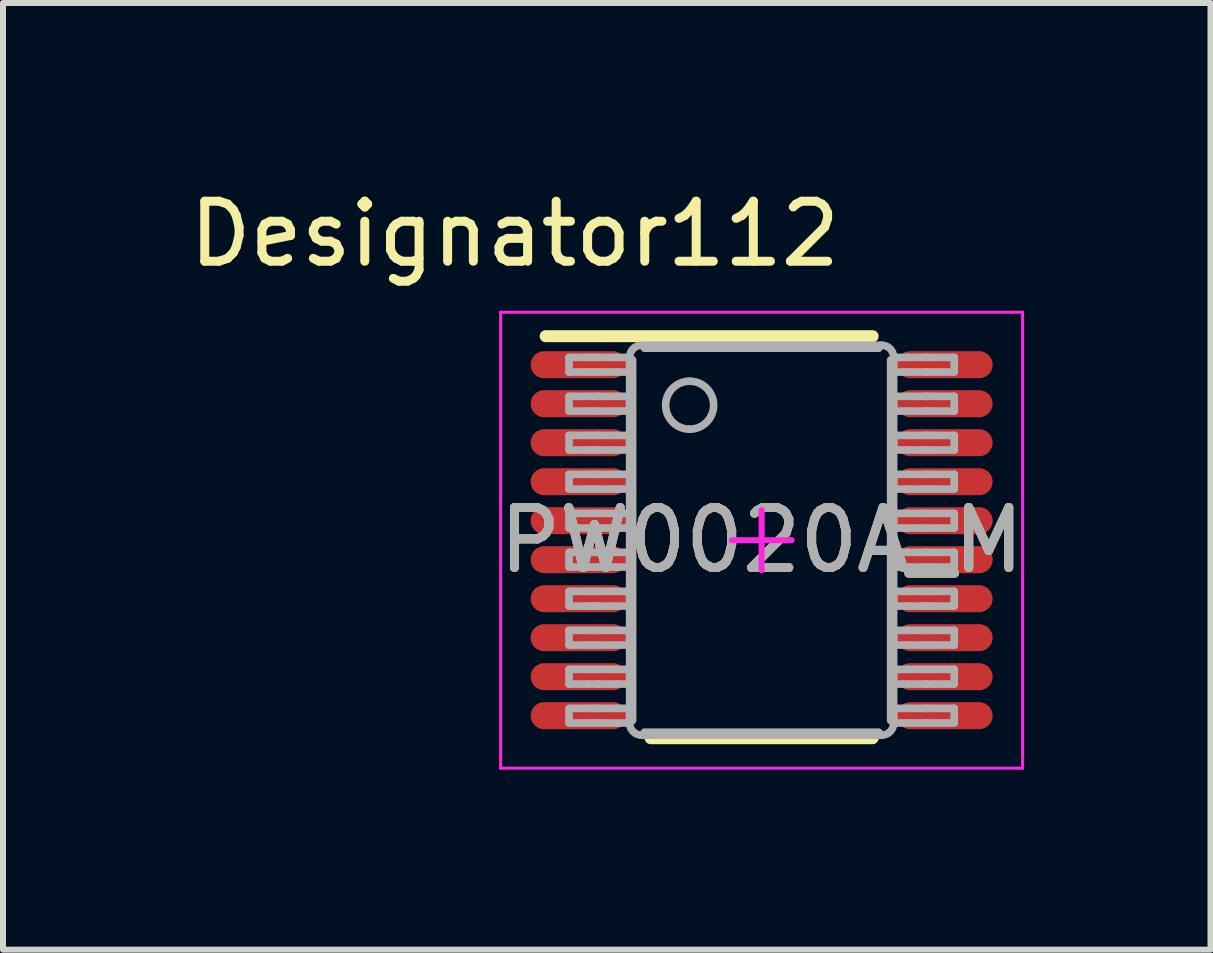
<source format=kicad_pcb>
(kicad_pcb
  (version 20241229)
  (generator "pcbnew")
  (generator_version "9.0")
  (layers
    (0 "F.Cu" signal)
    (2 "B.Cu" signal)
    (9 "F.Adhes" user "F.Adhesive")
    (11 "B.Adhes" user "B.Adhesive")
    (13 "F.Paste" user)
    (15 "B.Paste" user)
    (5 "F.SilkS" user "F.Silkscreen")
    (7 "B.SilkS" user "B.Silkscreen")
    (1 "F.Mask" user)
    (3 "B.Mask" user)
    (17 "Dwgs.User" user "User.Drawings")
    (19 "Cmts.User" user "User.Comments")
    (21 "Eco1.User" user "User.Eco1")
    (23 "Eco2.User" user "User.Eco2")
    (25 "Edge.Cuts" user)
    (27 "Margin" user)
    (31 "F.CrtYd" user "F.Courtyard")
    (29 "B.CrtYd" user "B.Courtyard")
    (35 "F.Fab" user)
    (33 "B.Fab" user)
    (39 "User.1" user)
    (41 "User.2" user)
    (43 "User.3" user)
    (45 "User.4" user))
  (footprint "PW0020A_M"
    (layer "F.Cu")
    (at 9.645 5.954)
    (property "Reference" "PW0020A_M" (at 0 0 0) (unlocked yes) (layer "F.SilkS") (effects (font (size 1 1) (thickness 0.15))))
    (attr smd)
    (fp_line (start -3.6 -3.4) (end 1.85 -3.4) (stroke (width 0.2) (type solid)) (layer "F.SilkS"))
    (fp_line (start -1.85 3.3) (end 1.85 3.3) (stroke (width 0.2) (type solid)) (layer "F.SilkS"))
    (fp_line (start -4.35 -3.8) (end 4.35 -3.8) (stroke (width 0.05) (type solid)) (layer "F.CrtYd"))
    (fp_line (start -4.35 3.8) (end -4.35 -3.8) (stroke (width 0.05) (type solid)) (layer "F.CrtYd"))
    (fp_line (start -4.35 3.8) (end 4.35 3.8) (stroke (width 0.05) (type solid)) (layer "F.CrtYd"))
    (fp_line (start -0.5 0) (end 0.5 0) (stroke (width 0.1) (type solid)) (layer "F.CrtYd"))
    (fp_line (start 0 0.5) (end 0 -0.5) (stroke (width 0.1) (type solid)) (layer "F.CrtYd"))
    (fp_line (start 4.35 3.8) (end 4.35 -3.8) (stroke (width 0.05) (type solid)) (layer "F.CrtYd"))
    (fp_line (start -3.21 -3.047) (end -2.887 -3.047) (stroke (width 0.127) (type solid)) (layer "F.Fab"))
    (fp_line (start -3.21 -2.803) (end -3.21 -3.047) (stroke (width 0.127) (type solid)) (layer "F.Fab"))
    (fp_line (start -3.21 -2.803) (end -2.887 -2.803) (stroke (width 0.127) (type solid)) (layer "F.Fab"))
    (fp_line (start -3.21 -2.398) (end -2.887 -2.398) (stroke (width 0.127) (type solid)) (layer "F.Fab"))
    (fp_line (start -3.21 -2.152) (end -3.21 -2.398) (stroke (width 0.127) (type solid)) (layer "F.Fab"))
    (fp_line (start -3.21 -2.152) (end -2.887 -2.152) (stroke (width 0.127) (type solid)) (layer "F.Fab"))
    (fp_line (start -3.21 -1.747) (end -2.887 -1.747) (stroke (width 0.127) (type solid)) (layer "F.Fab"))
    (fp_line (start -3.21 -1.503) (end -3.21 -1.747) (stroke (width 0.127) (type solid)) (layer "F.Fab"))
    (fp_line (start -3.21 -1.503) (end -2.887 -1.503) (stroke (width 0.127) (type solid)) (layer "F.Fab"))
    (fp_line (start -3.21 -1.098) (end -2.887 -1.098) (stroke (width 0.127) (type solid)) (layer "F.Fab"))
    (fp_line (start -3.21 -0.852) (end -3.21 -1.098) (stroke (width 0.127) (type solid)) (layer "F.Fab"))
    (fp_line (start -3.21 -0.852) (end -2.887 -0.852) (stroke (width 0.127) (type solid)) (layer "F.Fab"))
    (fp_line (start -3.21 -0.447) (end -2.887 -0.447) (stroke (width 0.127) (type solid)) (layer "F.Fab"))
    (fp_line (start -3.21 -0.202) (end -3.21 -0.447) (stroke (width 0.127) (type solid)) (layer "F.Fab"))
    (fp_line (start -3.21 -0.202) (end -2.887 -0.202) (stroke (width 0.127) (type solid)) (layer "F.Fab"))
    (fp_line (start -3.21 0.202) (end -2.887 0.202) (stroke (width 0.127) (type solid)) (layer "F.Fab"))
    (fp_line (start -3.21 0.448) (end -3.21 0.202) (stroke (width 0.127) (type solid)) (layer "F.Fab"))
    (fp_line (start -3.21 0.448) (end -2.887 0.448) (stroke (width 0.127) (type solid)) (layer "F.Fab"))
    (fp_line (start -3.21 0.853) (end -2.887 0.853) (stroke (width 0.127) (type solid)) (layer "F.Fab"))
    (fp_line (start -3.21 1.098) (end -3.21 0.853) (stroke (width 0.127) (type solid)) (layer "F.Fab"))
    (fp_line (start -3.21 1.098) (end -2.887 1.098) (stroke (width 0.127) (type solid)) (layer "F.Fab"))
    (fp_line (start -3.21 1.503) (end -2.887 1.503) (stroke (width 0.127) (type solid)) (layer "F.Fab"))
    (fp_line (start -3.21 1.748) (end -3.21 1.503) (stroke (width 0.127) (type solid)) (layer "F.Fab"))
    (fp_line (start -3.21 1.748) (end -2.887 1.748) (stroke (width 0.127) (type solid)) (layer "F.Fab"))
    (fp_line (start -3.21 2.153) (end -2.887 2.153) (stroke (width 0.127) (type solid)) (layer "F.Fab"))
    (fp_line (start -3.21 2.398) (end -3.21 2.153) (stroke (width 0.127) (type solid)) (layer "F.Fab"))
    (fp_line (start -3.21 2.398) (end -2.887 2.398) (stroke (width 0.127) (type solid)) (layer "F.Fab"))
    (fp_line (start -3.21 2.803) (end -2.887 2.803) (stroke (width 0.127) (type solid)) (layer "F.Fab"))
    (fp_line (start -3.21 3.047) (end -3.21 2.803) (stroke (width 0.127) (type solid)) (layer "F.Fab"))
    (fp_line (start -3.21 3.047) (end -2.887 3.047) (stroke (width 0.127) (type solid)) (layer "F.Fab"))
    (fp_line (start -2.887 -3.047) (end -2.739 -3.047) (stroke (width 0.127) (type solid)) (layer "F.Fab"))
    (fp_line (start -2.887 -2.803) (end -2.739 -2.803) (stroke (width 0.127) (type solid)) (layer "F.Fab"))
    (fp_line (start -2.887 -2.398) (end -2.739 -2.398) (stroke (width 0.127) (type solid)) (layer "F.Fab"))
    (fp_line (start -2.887 -2.152) (end -2.739 -2.152) (stroke (width 0.127) (type solid)) (layer "F.Fab"))
    (fp_line (start -2.887 -1.747) (end -2.739 -1.747) (stroke (width 0.127) (type solid)) (layer "F.Fab"))
    (fp_line (start -2.887 -1.503) (end -2.739 -1.503) (stroke (width 0.127) (type solid)) (layer "F.Fab"))
    (fp_line (start -2.887 -1.098) (end -2.739 -1.098) (stroke (width 0.127) (type solid)) (layer "F.Fab"))
    (fp_line (start -2.887 -0.852) (end -2.739 -0.852) (stroke (width 0.127) (type solid)) (layer "F.Fab"))
    (fp_line (start -2.887 -0.447) (end -2.739 -0.447) (stroke (width 0.127) (type solid)) (layer "F.Fab"))
    (fp_line (start -2.887 -0.202) (end -2.739 -0.202) (stroke (width 0.127) (type solid)) (layer "F.Fab"))
    (fp_line (start -2.887 0.202) (end -2.739 0.202) (stroke (width 0.127) (type solid)) (layer "F.Fab"))
    (fp_line (start -2.887 0.448) (end -2.739 0.448) (stroke (width 0.127) (type solid)) (layer "F.Fab"))
    (fp_line (start -2.887 0.853) (end -2.739 0.853) (stroke (width 0.127) (type solid)) (layer "F.Fab"))
    (fp_line (start -2.887 1.098) (end -2.739 1.098) (stroke (width 0.127) (type solid)) (layer "F.Fab"))
    (fp_line (start -2.887 1.503) (end -2.739 1.503) (stroke (width 0.127) (type solid)) (layer "F.Fab"))
    (fp_line (start -2.887 1.748) (end -2.739 1.748) (stroke (width 0.127) (type solid)) (layer "F.Fab"))
    (fp_line (start -2.887 2.153) (end -2.739 2.153) (stroke (width 0.127) (type solid)) (layer "F.Fab"))
    (fp_line (start -2.887 2.398) (end -2.739 2.398) (stroke (width 0.127) (type solid)) (layer "F.Fab"))
    (fp_line (start -2.887 2.803) (end -2.739 2.803) (stroke (width 0.127) (type solid)) (layer "F.Fab"))
    (fp_line (start -2.887 3.047) (end -2.739 3.047) (stroke (width 0.127) (type solid)) (layer "F.Fab"))
    (fp_line (start -2.739 -3.047) (end -2.733 -3.047) (stroke (width 0.127) (type solid)) (layer "F.Fab"))
    (fp_line (start -2.739 -2.803) (end -2.733 -2.803) (stroke (width 0.127) (type solid)) (layer "F.Fab"))
    (fp_line (start -2.739 -2.398) (end -2.733 -2.398) (stroke (width 0.127) (type solid)) (layer "F.Fab"))
    (fp_line (start -2.739 -2.152) (end -2.733 -2.152) (stroke (width 0.127) (type solid)) (layer "F.Fab"))
    (fp_line (start -2.739 -1.747) (end -2.733 -1.747) (stroke (width 0.127) (type solid)) (layer "F.Fab"))
    (fp_line (start -2.739 -1.503) (end -2.733 -1.503) (stroke (width 0.127) (type solid)) (layer "F.Fab"))
    (fp_line (start -2.739 -1.098) (end -2.733 -1.098) (stroke (width 0.127) (type solid)) (layer "F.Fab"))
    (fp_line (start -2.739 -0.852) (end -2.733 -0.852) (stroke (width 0.127) (type solid)) (layer "F.Fab"))
    (fp_line (start -2.739 -0.447) (end -2.733 -0.447) (stroke (width 0.127) (type solid)) (layer "F.Fab"))
    (fp_line (start -2.739 -0.202) (end -2.733 -0.202) (stroke (width 0.127) (type solid)) (layer "F.Fab"))
    (fp_line (start -2.739 0.202) (end -2.733 0.202) (stroke (width 0.127) (type solid)) (layer "F.Fab"))
    (fp_line (start -2.739 0.448) (end -2.733 0.448) (stroke (width 0.127) (type solid)) (layer "F.Fab"))
    (fp_line (start -2.739 0.853) (end -2.733 0.853) (stroke (width 0.127) (type solid)) (layer "F.Fab"))
    (fp_line (start -2.739 1.098) (end -2.733 1.098) (stroke (width 0.127) (type solid)) (layer "F.Fab"))
    (fp_line (start -2.739 1.503) (end -2.733 1.503) (stroke (width 0.127) (type solid)) (layer "F.Fab"))
    (fp_line (start -2.739 1.748) (end -2.733 1.748) (stroke (width 0.127) (type solid)) (layer "F.Fab"))
    (fp_line (start -2.739 2.153) (end -2.733 2.153) (stroke (width 0.127) (type solid)) (layer "F.Fab"))
    (fp_line (start -2.739 2.398) (end -2.733 2.398) (stroke (width 0.127) (type solid)) (layer "F.Fab"))
    (fp_line (start -2.739 2.803) (end -2.733 2.803) (stroke (width 0.127) (type solid)) (layer "F.Fab"))
    (fp_line (start -2.739 3.047) (end -2.733 3.047) (stroke (width 0.127) (type solid)) (layer "F.Fab"))
    (fp_line (start -2.733 -3.047) (end -2.431 -3.047) (stroke (width 0.127) (type solid)) (layer "F.Fab"))
    (fp_line (start -2.733 -2.803) (end -2.431 -2.803) (stroke (width 0.127) (type solid)) (layer "F.Fab"))
    (fp_line (start -2.733 -2.398) (end -2.431 -2.398) (stroke (width 0.127) (type solid)) (layer "F.Fab"))
    (fp_line (start -2.733 -2.152) (end -2.431 -2.152) (stroke (width 0.127) (type solid)) (layer "F.Fab"))
    (fp_line (start -2.733 -1.747) (end -2.431 -1.747) (stroke (width 0.127) (type solid)) (layer "F.Fab"))
    (fp_line (start -2.733 -1.503) (end -2.431 -1.503) (stroke (width 0.127) (type solid)) (layer "F.Fab"))
    (fp_line (start -2.733 -1.098) (end -2.431 -1.098) (stroke (width 0.127) (type solid)) (layer "F.Fab"))
    (fp_line (start -2.733 -0.852) (end -2.431 -0.852) (stroke (width 0.127) (type solid)) (layer "F.Fab"))
    (fp_line (start -2.733 -0.447) (end -2.431 -0.447) (stroke (width 0.127) (type solid)) (layer "F.Fab"))
    (fp_line (start -2.733 -0.202) (end -2.431 -0.202) (stroke (width 0.127) (type solid)) (layer "F.Fab"))
    (fp_line (start -2.733 0.202) (end -2.431 0.202) (stroke (width 0.127) (type solid)) (layer "F.Fab"))
    (fp_line (start -2.733 0.448) (end -2.431 0.448) (stroke (width 0.127) (type solid)) (layer "F.Fab"))
    (fp_line (start -2.733 0.853) (end -2.431 0.853) (stroke (width 0.127) (type solid)) (layer "F.Fab"))
    (fp_line (start -2.733 1.098) (end -2.431 1.098) (stroke (width 0.127) (type solid)) (layer "F.Fab"))
    (fp_line (start -2.733 1.503) (end -2.431 1.503) (stroke (width 0.127) (type solid)) (layer "F.Fab"))
    (fp_line (start -2.733 1.748) (end -2.431 1.748) (stroke (width 0.127) (type solid)) (layer "F.Fab"))
    (fp_line (start -2.733 2.153) (end -2.431 2.153) (stroke (width 0.127) (type solid)) (layer "F.Fab"))
    (fp_line (start -2.733 2.398) (end -2.431 2.398) (stroke (width 0.127) (type solid)) (layer "F.Fab"))
    (fp_line (start -2.733 2.803) (end -2.431 2.803) (stroke (width 0.127) (type solid)) (layer "F.Fab"))
    (fp_line (start -2.733 3.047) (end -2.431 3.047) (stroke (width 0.127) (type solid)) (layer "F.Fab"))
    (fp_line (start -2.431 -3.047) (end -2.2 -3.047) (stroke (width 0.127) (type solid)) (layer "F.Fab"))
    (fp_line (start -2.431 -2.803) (end -2.2 -2.803) (stroke (width 0.127) (type solid)) (layer "F.Fab"))
    (fp_line (start -2.431 -2.398) (end -2.2 -2.398) (stroke (width 0.127) (type solid)) (layer "F.Fab"))
    (fp_line (start -2.431 -2.152) (end -2.2 -2.152) (stroke (width 0.127) (type solid)) (layer "F.Fab"))
    (fp_line (start -2.431 -1.747) (end -2.2 -1.747) (stroke (width 0.127) (type solid)) (layer "F.Fab"))
    (fp_line (start -2.431 -1.503) (end -2.2 -1.503) (stroke (width 0.127) (type solid)) (layer "F.Fab"))
    (fp_line (start -2.431 -1.098) (end -2.2 -1.098) (stroke (width 0.127) (type solid)) (layer "F.Fab"))
    (fp_line (start -2.431 -0.852) (end -2.2 -0.852) (stroke (width 0.127) (type solid)) (layer "F.Fab"))
    (fp_line (start -2.431 -0.447) (end -2.2 -0.447) (stroke (width 0.127) (type solid)) (layer "F.Fab"))
    (fp_line (start -2.431 -0.202) (end -2.2 -0.202) (stroke (width 0.127) (type solid)) (layer "F.Fab"))
    (fp_line (start -2.431 0.202) (end -2.2 0.202) (stroke (width 0.127) (type solid)) (layer "F.Fab"))
    (fp_line (start -2.431 0.448) (end -2.2 0.448) (stroke (width 0.127) (type solid)) (layer "F.Fab"))
    (fp_line (start -2.431 0.853) (end -2.2 0.853) (stroke (width 0.127) (type solid)) (layer "F.Fab"))
    (fp_line (start -2.431 1.098) (end -2.2 1.098) (stroke (width 0.127) (type solid)) (layer "F.Fab"))
    (fp_line (start -2.431 1.503) (end -2.2 1.503) (stroke (width 0.127) (type solid)) (layer "F.Fab"))
    (fp_line (start -2.431 1.748) (end -2.2 1.748) (stroke (width 0.127) (type solid)) (layer "F.Fab"))
    (fp_line (start -2.431 2.153) (end -2.2 2.153) (stroke (width 0.127) (type solid)) (layer "F.Fab"))
    (fp_line (start -2.431 2.398) (end -2.2 2.398) (stroke (width 0.127) (type solid)) (layer "F.Fab"))
    (fp_line (start -2.431 2.803) (end -2.2 2.803) (stroke (width 0.127) (type solid)) (layer "F.Fab"))
    (fp_line (start -2.431 3.047) (end -2.2 3.047) (stroke (width 0.127) (type solid)) (layer "F.Fab"))
    (fp_line (start -2.2 -2.803) (end -2.2 -3.047) (stroke (width 0.127) (type solid)) (layer "F.Fab"))
    (fp_line (start -2.2 -2.152) (end -2.2 -2.398) (stroke (width 0.127) (type solid)) (layer "F.Fab"))
    (fp_line (start -2.2 -1.503) (end -2.2 -1.747) (stroke (width 0.127) (type solid)) (layer "F.Fab"))
    (fp_line (start -2.2 -0.852) (end -2.2 -1.098) (stroke (width 0.127) (type solid)) (layer "F.Fab"))
    (fp_line (start -2.2 -0.202) (end -2.2 -0.447) (stroke (width 0.127) (type solid)) (layer "F.Fab"))
    (fp_line (start -2.2 0.448) (end -2.2 0.202) (stroke (width 0.127) (type solid)) (layer "F.Fab"))
    (fp_line (start -2.2 1.098) (end -2.2 0.853) (stroke (width 0.127) (type solid)) (layer "F.Fab"))
    (fp_line (start -2.2 1.748) (end -2.2 1.503) (stroke (width 0.127) (type solid)) (layer "F.Fab"))
    (fp_line (start -2.2 2.398) (end -2.2 2.153) (stroke (width 0.127) (type solid)) (layer "F.Fab"))
    (fp_line (start -2.2 3.047) (end -2.2 2.803) (stroke (width 0.127) (type solid)) (layer "F.Fab"))
    (fp_line (start -2.2 3.05) (end -2.2 -3.05) (stroke (width 0.127) (type solid)) (layer "F.Fab"))
    (fp_line (start -2.15 3.004) (end -2.15 -3.004) (stroke (width 0.127) (type solid)) (layer "F.Fab"))
    (fp_line (start -2 -3.25) (end 2 -3.25) (stroke (width 0.127) (type solid)) (layer "F.Fab"))
    (fp_line (start -2 3.25) (end 2 3.25) (stroke (width 0.127) (type solid)) (layer "F.Fab"))
    (fp_line (start -1.954 -3.2) (end 1.954 -3.2) (stroke (width 0.127) (type solid)) (layer "F.Fab"))
    (fp_line (start -1.954 3.2) (end 1.954 3.2) (stroke (width 0.127) (type solid)) (layer "F.Fab"))
    (fp_line (start 2.15 3.004) (end 2.15 -3.004) (stroke (width 0.127) (type solid)) (layer "F.Fab"))
    (fp_line (start 2.2 -3.047) (end 2.43 -3.047) (stroke (width 0.127) (type solid)) (layer "F.Fab"))
    (fp_line (start 2.2 -2.803) (end 2.2 -3.047) (stroke (width 0.127) (type solid)) (layer "F.Fab"))
    (fp_line (start 2.2 -2.803) (end 2.43 -2.803) (stroke (width 0.127) (type solid)) (layer "F.Fab"))
    (fp_line (start 2.2 -2.398) (end 2.43 -2.398) (stroke (width 0.127) (type solid)) (layer "F.Fab"))
    (fp_line (start 2.2 -2.152) (end 2.2 -2.398) (stroke (width 0.127) (type solid)) (layer "F.Fab"))
    (fp_line (start 2.2 -2.152) (end 2.43 -2.152) (stroke (width 0.127) (type solid)) (layer "F.Fab"))
    (fp_line (start 2.2 -1.747) (end 2.43 -1.747) (stroke (width 0.127) (type solid)) (layer "F.Fab"))
    (fp_line (start 2.2 -1.503) (end 2.2 -1.747) (stroke (width 0.127) (type solid)) (layer "F.Fab"))
    (fp_line (start 2.2 -1.503) (end 2.43 -1.503) (stroke (width 0.127) (type solid)) (layer "F.Fab"))
    (fp_line (start 2.2 -1.098) (end 2.43 -1.098) (stroke (width 0.127) (type solid)) (layer "F.Fab"))
    (fp_line (start 2.2 -0.852) (end 2.2 -1.098) (stroke (width 0.127) (type solid)) (layer "F.Fab"))
    (fp_line (start 2.2 -0.852) (end 2.43 -0.852) (stroke (width 0.127) (type solid)) (layer "F.Fab"))
    (fp_line (start 2.2 -0.447) (end 2.43 -0.447) (stroke (width 0.127) (type solid)) (layer "F.Fab"))
    (fp_line (start 2.2 -0.202) (end 2.2 -0.447) (stroke (width 0.127) (type solid)) (layer "F.Fab"))
    (fp_line (start 2.2 -0.202) (end 2.43 -0.202) (stroke (width 0.127) (type solid)) (layer "F.Fab"))
    (fp_line (start 2.2 0.202) (end 2.43 0.202) (stroke (width 0.127) (type solid)) (layer "F.Fab"))
    (fp_line (start 2.2 0.448) (end 2.2 0.202) (stroke (width 0.127) (type solid)) (layer "F.Fab"))
    (fp_line (start 2.2 0.448) (end 2.43 0.448) (stroke (width 0.127) (type solid)) (layer "F.Fab"))
    (fp_line (start 2.2 0.853) (end 2.43 0.853) (stroke (width 0.127) (type solid)) (layer "F.Fab"))
    (fp_line (start 2.2 1.098) (end 2.2 0.853) (stroke (width 0.127) (type solid)) (layer "F.Fab"))
    (fp_line (start 2.2 1.098) (end 2.43 1.098) (stroke (width 0.127) (type solid)) (layer "F.Fab"))
    (fp_line (start 2.2 1.503) (end 2.43 1.503) (stroke (width 0.127) (type solid)) (layer "F.Fab"))
    (fp_line (start 2.2 1.748) (end 2.2 1.503) (stroke (width 0.127) (type solid)) (layer "F.Fab"))
    (fp_line (start 2.2 1.748) (end 2.43 1.748) (stroke (width 0.127) (type solid)) (layer "F.Fab"))
    (fp_line (start 2.2 2.153) (end 2.43 2.153) (stroke (width 0.127) (type solid)) (layer "F.Fab"))
    (fp_line (start 2.2 2.398) (end 2.2 2.153) (stroke (width 0.127) (type solid)) (layer "F.Fab"))
    (fp_line (start 2.2 2.398) (end 2.43 2.398) (stroke (width 0.127) (type solid)) (layer "F.Fab"))
    (fp_line (start 2.2 2.803) (end 2.43 2.803) (stroke (width 0.127) (type solid)) (layer "F.Fab"))
    (fp_line (start 2.2 3.047) (end 2.2 2.803) (stroke (width 0.127) (type solid)) (layer "F.Fab"))
    (fp_line (start 2.2 3.047) (end 2.43 3.047) (stroke (width 0.127) (type solid)) (layer "F.Fab"))
    (fp_line (start 2.2 3.05) (end 2.2 -3.05) (stroke (width 0.127) (type solid)) (layer "F.Fab"))
    (fp_line (start 2.43 -3.047) (end 2.733 -3.047) (stroke (width 0.127) (type solid)) (layer "F.Fab"))
    (fp_line (start 2.43 -2.803) (end 2.733 -2.803) (stroke (width 0.127) (type solid)) (layer "F.Fab"))
    (fp_line (start 2.43 -2.398) (end 2.733 -2.398) (stroke (width 0.127) (type solid)) (layer "F.Fab"))
    (fp_line (start 2.43 -2.152) (end 2.733 -2.152) (stroke (width 0.127) (type solid)) (layer "F.Fab"))
    (fp_line (start 2.43 -1.747) (end 2.733 -1.747) (stroke (width 0.127) (type solid)) (layer "F.Fab"))
    (fp_line (start 2.43 -1.503) (end 2.733 -1.503) (stroke (width 0.127) (type solid)) (layer "F.Fab"))
    (fp_line (start 2.43 -1.098) (end 2.733 -1.098) (stroke (width 0.127) (type solid)) (layer "F.Fab"))
    (fp_line (start 2.43 -0.852) (end 2.733 -0.852) (stroke (width 0.127) (type solid)) (layer "F.Fab"))
    (fp_line (start 2.43 -0.447) (end 2.733 -0.447) (stroke (width 0.127) (type solid)) (layer "F.Fab"))
    (fp_line (start 2.43 -0.202) (end 2.733 -0.202) (stroke (width 0.127) (type solid)) (layer "F.Fab"))
    (fp_line (start 2.43 0.202) (end 2.733 0.202) (stroke (width 0.127) (type solid)) (layer "F.Fab"))
    (fp_line (start 2.43 0.448) (end 2.733 0.448) (stroke (width 0.127) (type solid)) (layer "F.Fab"))
    (fp_line (start 2.43 0.853) (end 2.733 0.853) (stroke (width 0.127) (type solid)) (layer "F.Fab"))
    (fp_line (start 2.43 1.098) (end 2.733 1.098) (stroke (width 0.127) (type solid)) (layer "F.Fab"))
    (fp_line (start 2.43 1.503) (end 2.733 1.503) (stroke (width 0.127) (type solid)) (layer "F.Fab"))
    (fp_line (start 2.43 1.748) (end 2.733 1.748) (stroke (width 0.127) (type solid)) (layer "F.Fab"))
    (fp_line (start 2.43 2.153) (end 2.733 2.153) (stroke (width 0.127) (type solid)) (layer "F.Fab"))
    (fp_line (start 2.43 2.398) (end 2.733 2.398) (stroke (width 0.127) (type solid)) (layer "F.Fab"))
    (fp_line (start 2.43 2.803) (end 2.733 2.803) (stroke (width 0.127) (type solid)) (layer "F.Fab"))
    (fp_line (start 2.43 3.047) (end 2.733 3.047) (stroke (width 0.127) (type solid)) (layer "F.Fab"))
    (fp_line (start 2.733 -3.047) (end 2.739 -3.047) (stroke (width 0.127) (type solid)) (layer "F.Fab"))
    (fp_line (start 2.733 -2.803) (end 2.739 -2.803) (stroke (width 0.127) (type solid)) (layer "F.Fab"))
    (fp_line (start 2.733 -2.398) (end 2.739 -2.398) (stroke (width 0.127) (type solid)) (layer "F.Fab"))
    (fp_line (start 2.733 -2.152) (end 2.739 -2.152) (stroke (width 0.127) (type solid)) (layer "F.Fab"))
    (fp_line (start 2.733 -1.747) (end 2.739 -1.747) (stroke (width 0.127) (type solid)) (layer "F.Fab"))
    (fp_line (start 2.733 -1.503) (end 2.739 -1.503) (stroke (width 0.127) (type solid)) (layer "F.Fab"))
    (fp_line (start 2.733 -1.098) (end 2.739 -1.098) (stroke (width 0.127) (type solid)) (layer "F.Fab"))
    (fp_line (start 2.733 -0.852) (end 2.739 -0.852) (stroke (width 0.127) (type solid)) (layer "F.Fab"))
    (fp_line (start 2.733 -0.447) (end 2.739 -0.447) (stroke (width 0.127) (type solid)) (layer "F.Fab"))
    (fp_line (start 2.733 -0.202) (end 2.739 -0.202) (stroke (width 0.127) (type solid)) (layer "F.Fab"))
    (fp_line (start 2.733 0.202) (end 2.739 0.202) (stroke (width 0.127) (type solid)) (layer "F.Fab"))
    (fp_line (start 2.733 0.448) (end 2.739 0.448) (stroke (width 0.127) (type solid)) (layer "F.Fab"))
    (fp_line (start 2.733 0.853) (end 2.739 0.853) (stroke (width 0.127) (type solid)) (layer "F.Fab"))
    (fp_line (start 2.733 1.098) (end 2.739 1.098) (stroke (width 0.127) (type solid)) (layer "F.Fab"))
    (fp_line (start 2.733 1.503) (end 2.739 1.503) (stroke (width 0.127) (type solid)) (layer "F.Fab"))
    (fp_line (start 2.733 1.748) (end 2.739 1.748) (stroke (width 0.127) (type solid)) (layer "F.Fab"))
    (fp_line (start 2.733 2.153) (end 2.739 2.153) (stroke (width 0.127) (type solid)) (layer "F.Fab"))
    (fp_line (start 2.733 2.398) (end 2.739 2.398) (stroke (width 0.127) (type solid)) (layer "F.Fab"))
    (fp_line (start 2.733 2.803) (end 2.739 2.803) (stroke (width 0.127) (type solid)) (layer "F.Fab"))
    (fp_line (start 2.733 3.047) (end 2.739 3.047) (stroke (width 0.127) (type solid)) (layer "F.Fab"))
    (fp_line (start 2.739 -3.047) (end 2.887 -3.047) (stroke (width 0.127) (type solid)) (layer "F.Fab"))
    (fp_line (start 2.739 -2.803) (end 2.887 -2.803) (stroke (width 0.127) (type solid)) (layer "F.Fab"))
    (fp_line (start 2.739 -2.398) (end 2.887 -2.398) (stroke (width 0.127) (type solid)) (layer "F.Fab"))
    (fp_line (start 2.739 -2.152) (end 2.887 -2.152) (stroke (width 0.127) (type solid)) (layer "F.Fab"))
    (fp_line (start 2.739 -1.747) (end 2.887 -1.747) (stroke (width 0.127) (type solid)) (layer "F.Fab"))
    (fp_line (start 2.739 -1.503) (end 2.887 -1.503) (stroke (width 0.127) (type solid)) (layer "F.Fab"))
    (fp_line (start 2.739 -1.098) (end 2.887 -1.098) (stroke (width 0.127) (type solid)) (layer "F.Fab"))
    (fp_line (start 2.739 -0.852) (end 2.887 -0.852) (stroke (width 0.127) (type solid)) (layer "F.Fab"))
    (fp_line (start 2.739 -0.447) (end 2.887 -0.447) (stroke (width 0.127) (type solid)) (layer "F.Fab"))
    (fp_line (start 2.739 -0.202) (end 2.887 -0.202) (stroke (width 0.127) (type solid)) (layer "F.Fab"))
    (fp_line (start 2.739 0.202) (end 2.887 0.202) (stroke (width 0.127) (type solid)) (layer "F.Fab"))
    (fp_line (start 2.739 0.448) (end 2.887 0.448) (stroke (width 0.127) (type solid)) (layer "F.Fab"))
    (fp_line (start 2.739 0.853) (end 2.887 0.853) (stroke (width 0.127) (type solid)) (layer "F.Fab"))
    (fp_line (start 2.739 1.098) (end 2.887 1.098) (stroke (width 0.127) (type solid)) (layer "F.Fab"))
    (fp_line (start 2.739 1.503) (end 2.887 1.503) (stroke (width 0.127) (type solid)) (layer "F.Fab"))
    (fp_line (start 2.739 1.748) (end 2.887 1.748) (stroke (width 0.127) (type solid)) (layer "F.Fab"))
    (fp_line (start 2.739 2.153) (end 2.887 2.153) (stroke (width 0.127) (type solid)) (layer "F.Fab"))
    (fp_line (start 2.739 2.398) (end 2.887 2.398) (stroke (width 0.127) (type solid)) (layer "F.Fab"))
    (fp_line (start 2.739 2.803) (end 2.887 2.803) (stroke (width 0.127) (type solid)) (layer "F.Fab"))
    (fp_line (start 2.739 3.047) (end 2.887 3.047) (stroke (width 0.127) (type solid)) (layer "F.Fab"))
    (fp_line (start 2.887 -3.047) (end 3.21 -3.047) (stroke (width 0.127) (type solid)) (layer "F.Fab"))
    (fp_line (start 2.887 -2.803) (end 3.21 -2.803) (stroke (width 0.127) (type solid)) (layer "F.Fab"))
    (fp_line (start 2.887 -2.398) (end 3.21 -2.398) (stroke (width 0.127) (type solid)) (layer "F.Fab"))
    (fp_line (start 2.887 -2.152) (end 3.21 -2.152) (stroke (width 0.127) (type solid)) (layer "F.Fab"))
    (fp_line (start 2.887 -1.747) (end 3.21 -1.747) (stroke (width 0.127) (type solid)) (layer "F.Fab"))
    (fp_line (start 2.887 -1.503) (end 3.21 -1.503) (stroke (width 0.127) (type solid)) (layer "F.Fab"))
    (fp_line (start 2.887 -1.098) (end 3.21 -1.098) (stroke (width 0.127) (type solid)) (layer "F.Fab"))
    (fp_line (start 2.887 -0.852) (end 3.21 -0.852) (stroke (width 0.127) (type solid)) (layer "F.Fab"))
    (fp_line (start 2.887 -0.447) (end 3.21 -0.447) (stroke (width 0.127) (type solid)) (layer "F.Fab"))
    (fp_line (start 2.887 -0.202) (end 3.21 -0.202) (stroke (width 0.127) (type solid)) (layer "F.Fab"))
    (fp_line (start 2.887 0.202) (end 3.21 0.202) (stroke (width 0.127) (type solid)) (layer "F.Fab"))
    (fp_line (start 2.887 0.448) (end 3.21 0.448) (stroke (width 0.127) (type solid)) (layer "F.Fab"))
    (fp_line (start 2.887 0.853) (end 3.21 0.853) (stroke (width 0.127) (type solid)) (layer "F.Fab"))
    (fp_line (start 2.887 1.098) (end 3.21 1.098) (stroke (width 0.127) (type solid)) (layer "F.Fab"))
    (fp_line (start 2.887 1.503) (end 3.21 1.503) (stroke (width 0.127) (type solid)) (layer "F.Fab"))
    (fp_line (start 2.887 1.748) (end 3.21 1.748) (stroke (width 0.127) (type solid)) (layer "F.Fab"))
    (fp_line (start 2.887 2.153) (end 3.21 2.153) (stroke (width 0.127) (type solid)) (layer "F.Fab"))
    (fp_line (start 2.887 2.398) (end 3.21 2.398) (stroke (width 0.127) (type solid)) (layer "F.Fab"))
    (fp_line (start 2.887 2.803) (end 3.21 2.803) (stroke (width 0.127) (type solid)) (layer "F.Fab"))
    (fp_line (start 2.887 3.047) (end 3.21 3.047) (stroke (width 0.127) (type solid)) (layer "F.Fab"))
    (fp_line (start 3.21 -2.803) (end 3.21 -3.047) (stroke (width 0.127) (type solid)) (layer "F.Fab"))
    (fp_line (start 3.21 -2.152) (end 3.21 -2.398) (stroke (width 0.127) (type solid)) (layer "F.Fab"))
    (fp_line (start 3.21 -1.503) (end 3.21 -1.747) (stroke (width 0.127) (type solid)) (layer "F.Fab"))
    (fp_line (start 3.21 -0.852) (end 3.21 -1.098) (stroke (width 0.127) (type solid)) (layer "F.Fab"))
    (fp_line (start 3.21 -0.202) (end 3.21 -0.447) (stroke (width 0.127) (type solid)) (layer "F.Fab"))
    (fp_line (start 3.21 0.448) (end 3.21 0.202) (stroke (width 0.127) (type solid)) (layer "F.Fab"))
    (fp_line (start 3.21 1.098) (end 3.21 0.853) (stroke (width 0.127) (type solid)) (layer "F.Fab"))
    (fp_line (start 3.21 1.748) (end 3.21 1.503) (stroke (width 0.127) (type solid)) (layer "F.Fab"))
    (fp_line (start 3.21 2.398) (end 3.21 2.153) (stroke (width 0.127) (type solid)) (layer "F.Fab"))
    (fp_line (start 3.21 3.047) (end 3.21 2.803) (stroke (width 0.127) (type solid)) (layer "F.Fab"))
    (fp_arc (start -2.200026 -3.050001) (mid -2.141435 -3.191428) (end -2.000001 -3.250001) (stroke (width 0.127) (type solid)) (layer "F.Fab"))
    (fp_arc (start -2.000001 3.250011) (mid -2.141435 3.191438) (end -2.200026 3.050012) (stroke (width 0.127) (type solid)) (layer "F.Fab"))
    (fp_arc (start -1.200003 -2.650002) (mid -0.800003 -2.250003) (end -1.200003 -1.850004) (stroke (width 0.127) (type solid)) (layer "F.Fab"))
    (fp_arc (start -1.200003 -1.850004) (mid -1.600002 -2.250003) (end -1.200003 -2.650002) (stroke (width 0.127) (type solid)) (layer "F.Fab"))
    (fp_arc (start 1.999991 -3.250001) (mid 2.141412 -3.191423) (end 2.199991 -3.050002) (stroke (width 0.127) (type solid)) (layer "F.Fab"))
    (fp_arc (start 2.199991 3.050012) (mid 2.141412 3.191433) (end 1.999991 3.250011) (stroke (width 0.127) (type solid)) (layer "F.Fab"))
    (fp_text user "Designator112" (at -4.115 -5.105 0) (unlocked yes) (layer "F.SilkS") (effects (font (size 1 1) (thickness 0.15))))
    (fp_text user "${REFERENCE}" (at 0 0 0) (unlocked yes) (layer "F.Fab") (effects (font (size 1 1) (thickness 0.15))))
    (pad "1" smd oval (at -3.05 -2.925 90) (size 0.45 1.6) (layers "F.Cu" "F.Mask" "F.Paste"))
    (pad "2" smd oval (at -3.05 -2.275 90) (size 0.45 1.6) (layers "F.Cu" "F.Mask" "F.Paste"))
    (pad "3" smd oval (at -3.05 -1.625 90) (size 0.45 1.6) (layers "F.Cu" "F.Mask" "F.Paste"))
    (pad "4" smd oval (at -3.05 -0.975 90) (size 0.45 1.6) (layers "F.Cu" "F.Mask" "F.Paste"))
    (pad "5" smd oval (at -3.05 -0.325 90) (size 0.45 1.6) (layers "F.Cu" "F.Mask" "F.Paste"))
    (pad "6" smd oval (at -3.05 0.325 90) (size 0.45 1.6) (layers "F.Cu" "F.Mask" "F.Paste"))
    (pad "7" smd oval (at -3.05 0.975 90) (size 0.45 1.6) (layers "F.Cu" "F.Mask" "F.Paste"))
    (pad "8" smd oval (at -3.05 1.625 90) (size 0.45 1.6) (layers "F.Cu" "F.Mask" "F.Paste"))
    (pad "9" smd oval (at -3.05 2.275 90) (size 0.45 1.6) (layers "F.Cu" "F.Mask" "F.Paste"))
    (pad "10" smd oval (at -3.05 2.925 90) (size 0.45 1.6) (layers "F.Cu" "F.Mask" "F.Paste"))
    (pad "11" smd oval (at 3.05 2.925 90) (size 0.45 1.6) (layers "F.Cu" "F.Mask" "F.Paste"))
    (pad "12" smd oval (at 3.05 2.275 90) (size 0.45 1.6) (layers "F.Cu" "F.Mask" "F.Paste"))
    (pad "13" smd oval (at 3.05 1.625 90) (size 0.45 1.6) (layers "F.Cu" "F.Mask" "F.Paste"))
    (pad "14" smd oval (at 3.05 0.975 90) (size 0.45 1.6) (layers "F.Cu" "F.Mask" "F.Paste"))
    (pad "15" smd oval (at 3.05 0.325 90) (size 0.45 1.6) (layers "F.Cu" "F.Mask" "F.Paste"))
    (pad "16" smd oval (at 3.05 -0.325 90) (size 0.45 1.6) (layers "F.Cu" "F.Mask" "F.Paste"))
    (pad "17" smd oval (at 3.05 -0.975 90) (size 0.45 1.6) (layers "F.Cu" "F.Mask" "F.Paste"))
    (pad "18" smd oval (at 3.05 -1.625 90) (size 0.45 1.6) (layers "F.Cu" "F.Mask" "F.Paste"))
    (pad "19" smd oval (at 3.05 -2.275 90) (size 0.45 1.6) (layers "F.Cu" "F.Mask" "F.Paste"))
    (pad "20" smd oval (at 3.05 -2.925 90) (size 0.45 1.6) (layers "F.Cu" "F.Mask" "F.Paste")))
  (gr_rect
    (start -3 -3)
    (end 17.127 12.779)
    (stroke (width 0.1) (type default))
    (fill no)
    (layer "Edge.Cuts")))
</source>
